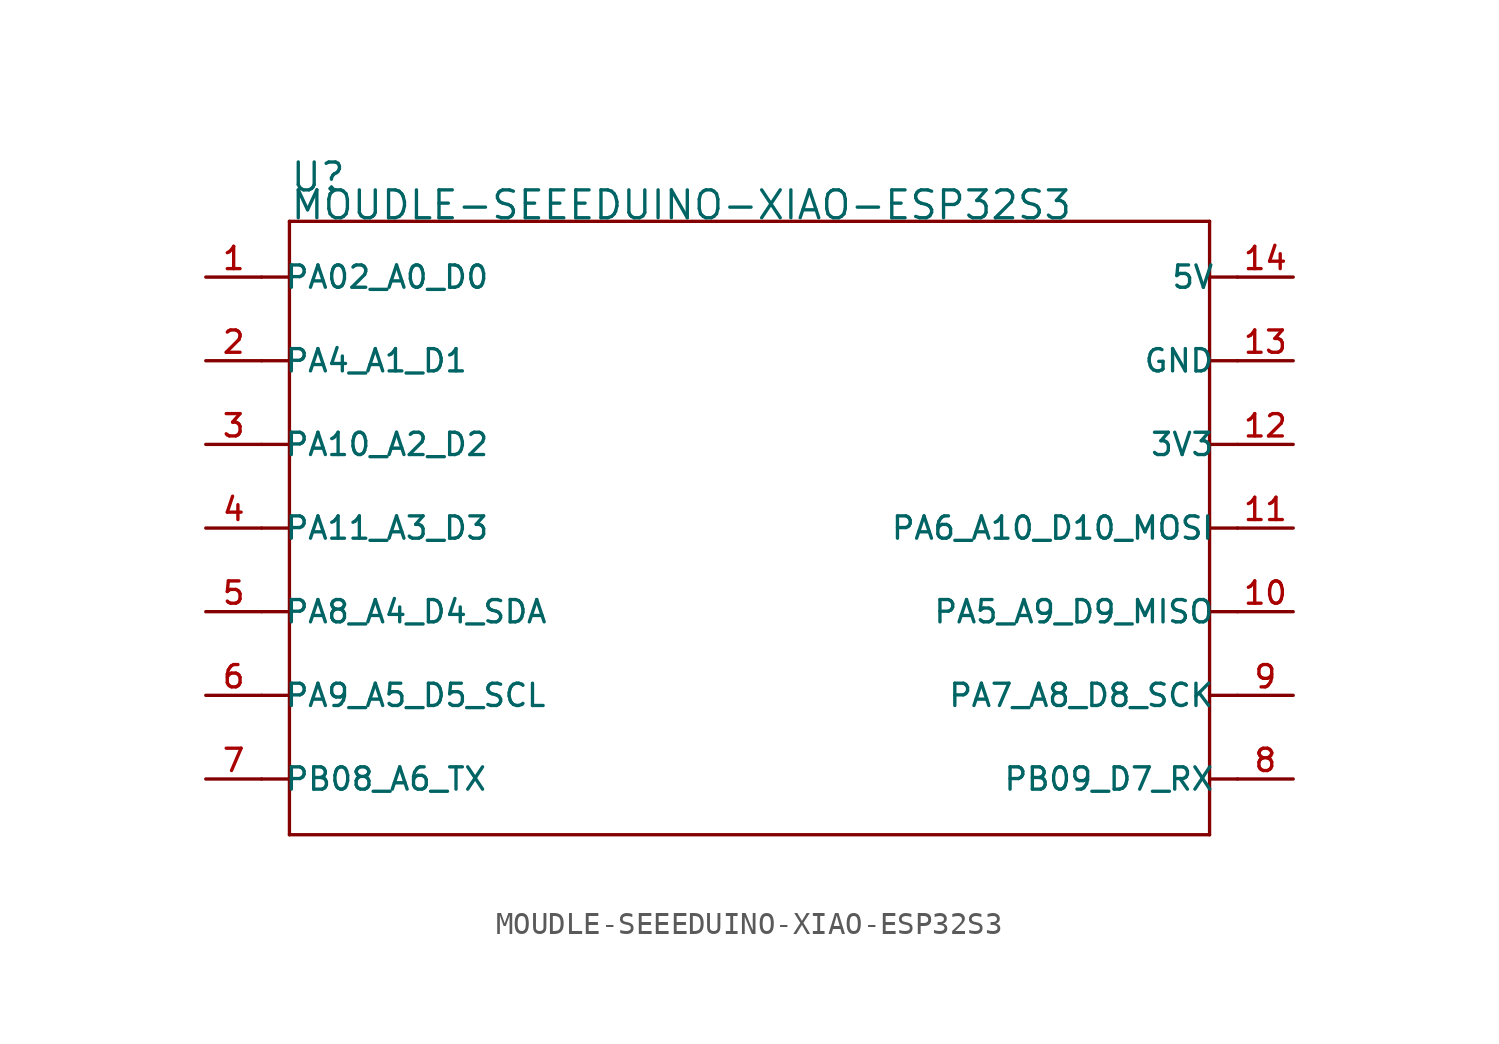
<source format=kicad_sym>
(kicad_symbol_lib
  (version 20241209)
  (generator "kicad_symbol_editor")
  (generator_version "9.0")
  (symbol "MOUDLE-SEEEDUINO-XIAO-ESP32S3"
    (pin_names
      (offset 1.016))
    (property "Reference" "U"
      (at -21.59 15.24 0)
      (effects (font (size 1.27 1.27)) (justify left bottom)))
    (property "Value" "MOUDLE-SEEEDUINO-XIAO-ESP32S3"
      (at -21.59 13.97 0)
      (effects (font (size 1.27 1.27)) (justify left bottom)))
    (symbol "MOUDLE-SEEEDUINO-XIAO-ESP32S3_0_0"
      (polyline (pts (xy -21.59 13.97) (xy 20.32 13.97)) (stroke (width 0.152) (type default)) (fill (type none)))
      (polyline (pts (xy -21.59 11.43) (xy -22.86 11.43)) (stroke (width 0.152) (type default)) (fill (type none)))
      (polyline (pts (xy -21.59 11.43) (xy -21.59 13.97)) (stroke (width 0.152) (type default)) (fill (type none)))
      (polyline (pts (xy -21.59 7.62) (xy -22.86 7.62)) (stroke (width 0.152) (type default)) (fill (type none)))
      (polyline (pts (xy -21.59 7.62) (xy -21.59 11.43)) (stroke (width 0.152) (type default)) (fill (type none)))
      (polyline (pts (xy -21.59 3.81) (xy -22.86 3.81)) (stroke (width 0.152) (type default)) (fill (type none)))
      (polyline (pts (xy -21.59 3.81) (xy -21.59 7.62)) (stroke (width 0.152) (type default)) (fill (type none)))
      (polyline (pts (xy -21.59 0) (xy -22.86 0)) (stroke (width 0.152) (type default)) (fill (type none)))
      (polyline (pts (xy -21.59 0) (xy -21.59 3.81)) (stroke (width 0.152) (type default)) (fill (type none)))
      (polyline (pts (xy -21.59 -3.81) (xy -22.86 -3.81)) (stroke (width 0.152) (type default)) (fill (type none)))
      (polyline (pts (xy -21.59 -7.62) (xy -22.86 -7.62)) (stroke (width 0.152) (type default)) (fill (type none)))
      (polyline (pts (xy -21.59 -11.43) (xy -22.86 -11.43)) (stroke (width 0.152) (type default)) (fill (type none)))
      (polyline (pts (xy -21.59 -13.97) (xy -21.59 0)) (stroke (width 0.152) (type default)) (fill (type none)))
      (polyline (pts (xy 20.32 13.97) (xy 20.32 11.43)) (stroke (width 0.152) (type default)) (fill (type none)))
      (polyline (pts (xy 20.32 11.43) (xy 20.32 7.62)) (stroke (width 0.152) (type default)) (fill (type none)))
      (polyline (pts (xy 20.32 7.62) (xy 20.32 3.81)) (stroke (width 0.152) (type default)) (fill (type none)))
      (polyline (pts (xy 20.32 3.81) (xy 20.32 -13.97)) (stroke (width 0.152) (type default)) (fill (type none)))
      (polyline (pts (xy 20.32 -13.97) (xy -21.59 -13.97)) (stroke (width 0.152) (type default)) (fill (type none)))
      (polyline (pts (xy 21.59 11.43) (xy 20.32 11.43)) (stroke (width 0.152) (type default)) (fill (type none)))
      (polyline (pts (xy 21.59 7.62) (xy 20.32 7.62)) (stroke (width 0.152) (type default)) (fill (type none)))
      (polyline (pts (xy 21.59 3.81) (xy 20.32 3.81)) (stroke (width 0.152) (type default)) (fill (type none)))
      (polyline (pts (xy 21.59 0) (xy 20.32 0)) (stroke (width 0.152) (type default)) (fill (type none)))
      (polyline (pts (xy 21.59 -3.81) (xy 20.32 -3.81)) (stroke (width 0.152) (type default)) (fill (type none)))
      (polyline (pts (xy 21.59 -7.62) (xy 20.32 -7.62)) (stroke (width 0.152) (type default)) (fill (type none)))
      (polyline (pts (xy 21.59 -11.43) (xy 20.32 -11.43)) (stroke (width 0.152) (type default)) (fill (type none)))
      (pin bidirectional line (at -25.4 11.43 0) (length 2.54) (name "PA02_A0_D0" (effects (font (size 1.016 1.016)))) (number "1" (effects (font (size 1.016 1.016)))))
      (pin bidirectional line (at -25.4 7.62 0) (length 2.54) (name "PA4_A1_D1" (effects (font (size 1.016 1.016)))) (number "2" (effects (font (size 1.016 1.016)))))
      (pin bidirectional line (at -25.4 3.81 0) (length 2.54) (name "PA10_A2_D2" (effects (font (size 1.016 1.016)))) (number "3" (effects (font (size 1.016 1.016)))))
      (pin bidirectional line (at -25.4 0 0) (length 2.54) (name "PA11_A3_D3" (effects (font (size 1.016 1.016)))) (number "4" (effects (font (size 1.016 1.016)))))
      (pin bidirectional line (at -25.4 -3.81 0) (length 2.54) (name "PA8_A4_D4_SDA" (effects (font (size 1.016 1.016)))) (number "5" (effects (font (size 1.016 1.016)))))
      (pin bidirectional line (at -25.4 -7.62 0) (length 2.54) (name "PA9_A5_D5_SCL" (effects (font (size 1.016 1.016)))) (number "6" (effects (font (size 1.016 1.016)))))
      (pin bidirectional line (at -25.4 -11.43 0) (length 2.54) (name "PB08_A6_TX" (effects (font (size 1.016 1.016)))) (number "7" (effects (font (size 1.016 1.016)))))
      (pin bidirectional line (at 24.13 11.43 180) (length 2.54) (name "5V" (effects (font (size 1.016 1.016)))) (number "14" (effects (font (size 1.016 1.016)))))
      (pin bidirectional line (at 24.13 7.62 180) (length 2.54) (name "GND" (effects (font (size 1.016 1.016)))) (number "13" (effects (font (size 1.016 1.016)))))
      (pin bidirectional line (at 24.13 3.81 180) (length 2.54) (name "3V3" (effects (font (size 1.016 1.016)))) (number "12" (effects (font (size 1.016 1.016)))))
      (pin bidirectional line (at 24.13 0 180) (length 2.54) (name "PA6_A10_D10_MOSI" (effects (font (size 1.016 1.016)))) (number "11" (effects (font (size 1.016 1.016)))))
      (pin bidirectional line (at 24.13 -3.81 180) (length 2.54) (name "PA5_A9_D9_MISO" (effects (font (size 1.016 1.016)))) (number "10" (effects (font (size 1.016 1.016)))))
      (pin bidirectional line (at 24.13 -7.62 180) (length 2.54) (name "PA7_A8_D8_SCK" (effects (font (size 1.016 1.016)))) (number "9" (effects (font (size 1.016 1.016)))))
      (pin bidirectional line (at 24.13 -11.43 180) (length 2.54) (name "PB09_D7_RX" (effects (font (size 1.016 1.016)))) (number "8" (effects (font (size 1.016 1.016))))))))
</source>
